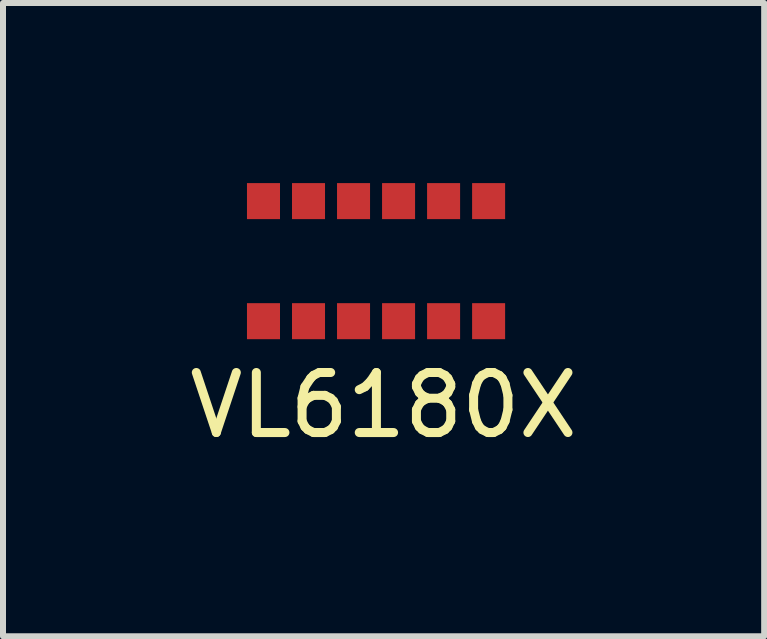
<source format=kicad_pcb>
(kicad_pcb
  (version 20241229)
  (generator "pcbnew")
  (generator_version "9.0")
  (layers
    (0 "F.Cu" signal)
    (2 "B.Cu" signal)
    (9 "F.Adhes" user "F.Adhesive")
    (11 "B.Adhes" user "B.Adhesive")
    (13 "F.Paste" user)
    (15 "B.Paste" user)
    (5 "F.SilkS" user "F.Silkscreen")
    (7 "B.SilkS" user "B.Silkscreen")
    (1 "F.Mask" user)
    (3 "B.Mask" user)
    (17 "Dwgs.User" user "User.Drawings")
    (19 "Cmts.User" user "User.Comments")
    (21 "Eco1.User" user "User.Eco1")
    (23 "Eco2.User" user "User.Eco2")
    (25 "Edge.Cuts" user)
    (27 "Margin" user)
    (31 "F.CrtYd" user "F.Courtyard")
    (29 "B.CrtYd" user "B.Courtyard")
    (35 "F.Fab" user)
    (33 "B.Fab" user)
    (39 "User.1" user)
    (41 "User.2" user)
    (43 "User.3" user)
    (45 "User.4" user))
  (footprint "VL6180X"
    (layer "F.Cu")
    (at 3.339 1.3)
    (property "Reference" "VL6180X" (at 0 2.4 0) (layer "F.SilkS") (effects (font (size 1 1) (thickness 0.15))))
    (attr through_hole)
    (pad "1" smd rect (at -2 1) (size 0.55 0.6) (layers "F.Cu" "F.Mask" "F.Paste"))
    (pad "2" smd rect (at -1.25 1) (size 0.55 0.6) (layers "F.Cu" "F.Mask" "F.Paste"))
    (pad "3" smd rect (at -0.5 1) (size 0.55 0.6) (layers "F.Cu" "F.Mask" "F.Paste"))
    (pad "4" smd rect (at 0.25 1) (size 0.55 0.6) (layers "F.Cu" "F.Mask" "F.Paste"))
    (pad "5" smd rect (at 1 1) (size 0.55 0.6) (layers "F.Cu" "F.Mask" "F.Paste"))
    (pad "6" smd rect (at 1.75 1) (size 0.55 0.6) (layers "F.Cu" "F.Mask" "F.Paste"))
    (pad "7" smd rect (at 1.75 -1) (size 0.55 0.6) (layers "F.Cu" "F.Mask" "F.Paste"))
    (pad "8" smd rect (at 1 -1) (size 0.55 0.6) (layers "F.Cu" "F.Mask" "F.Paste"))
    (pad "9" smd rect (at 0.25 -1) (size 0.55 0.6) (layers "F.Cu" "F.Mask" "F.Paste"))
    (pad "10" smd rect (at -0.5 -1) (size 0.55 0.6) (layers "F.Cu" "F.Mask" "F.Paste"))
    (pad "11" smd rect (at -1.25 -1) (size 0.55 0.6) (layers "F.Cu" "F.Mask" "F.Paste"))
    (pad "12" smd rect (at -2 -1) (size 0.55 0.6) (layers "F.Cu" "F.Mask" "F.Paste")))
  (gr_rect
    (start -3 -3)
    (end 9.679 7.548)
    (stroke (width 0.1) (type default))
    (fill no)
    (layer "Edge.Cuts")))
</source>
